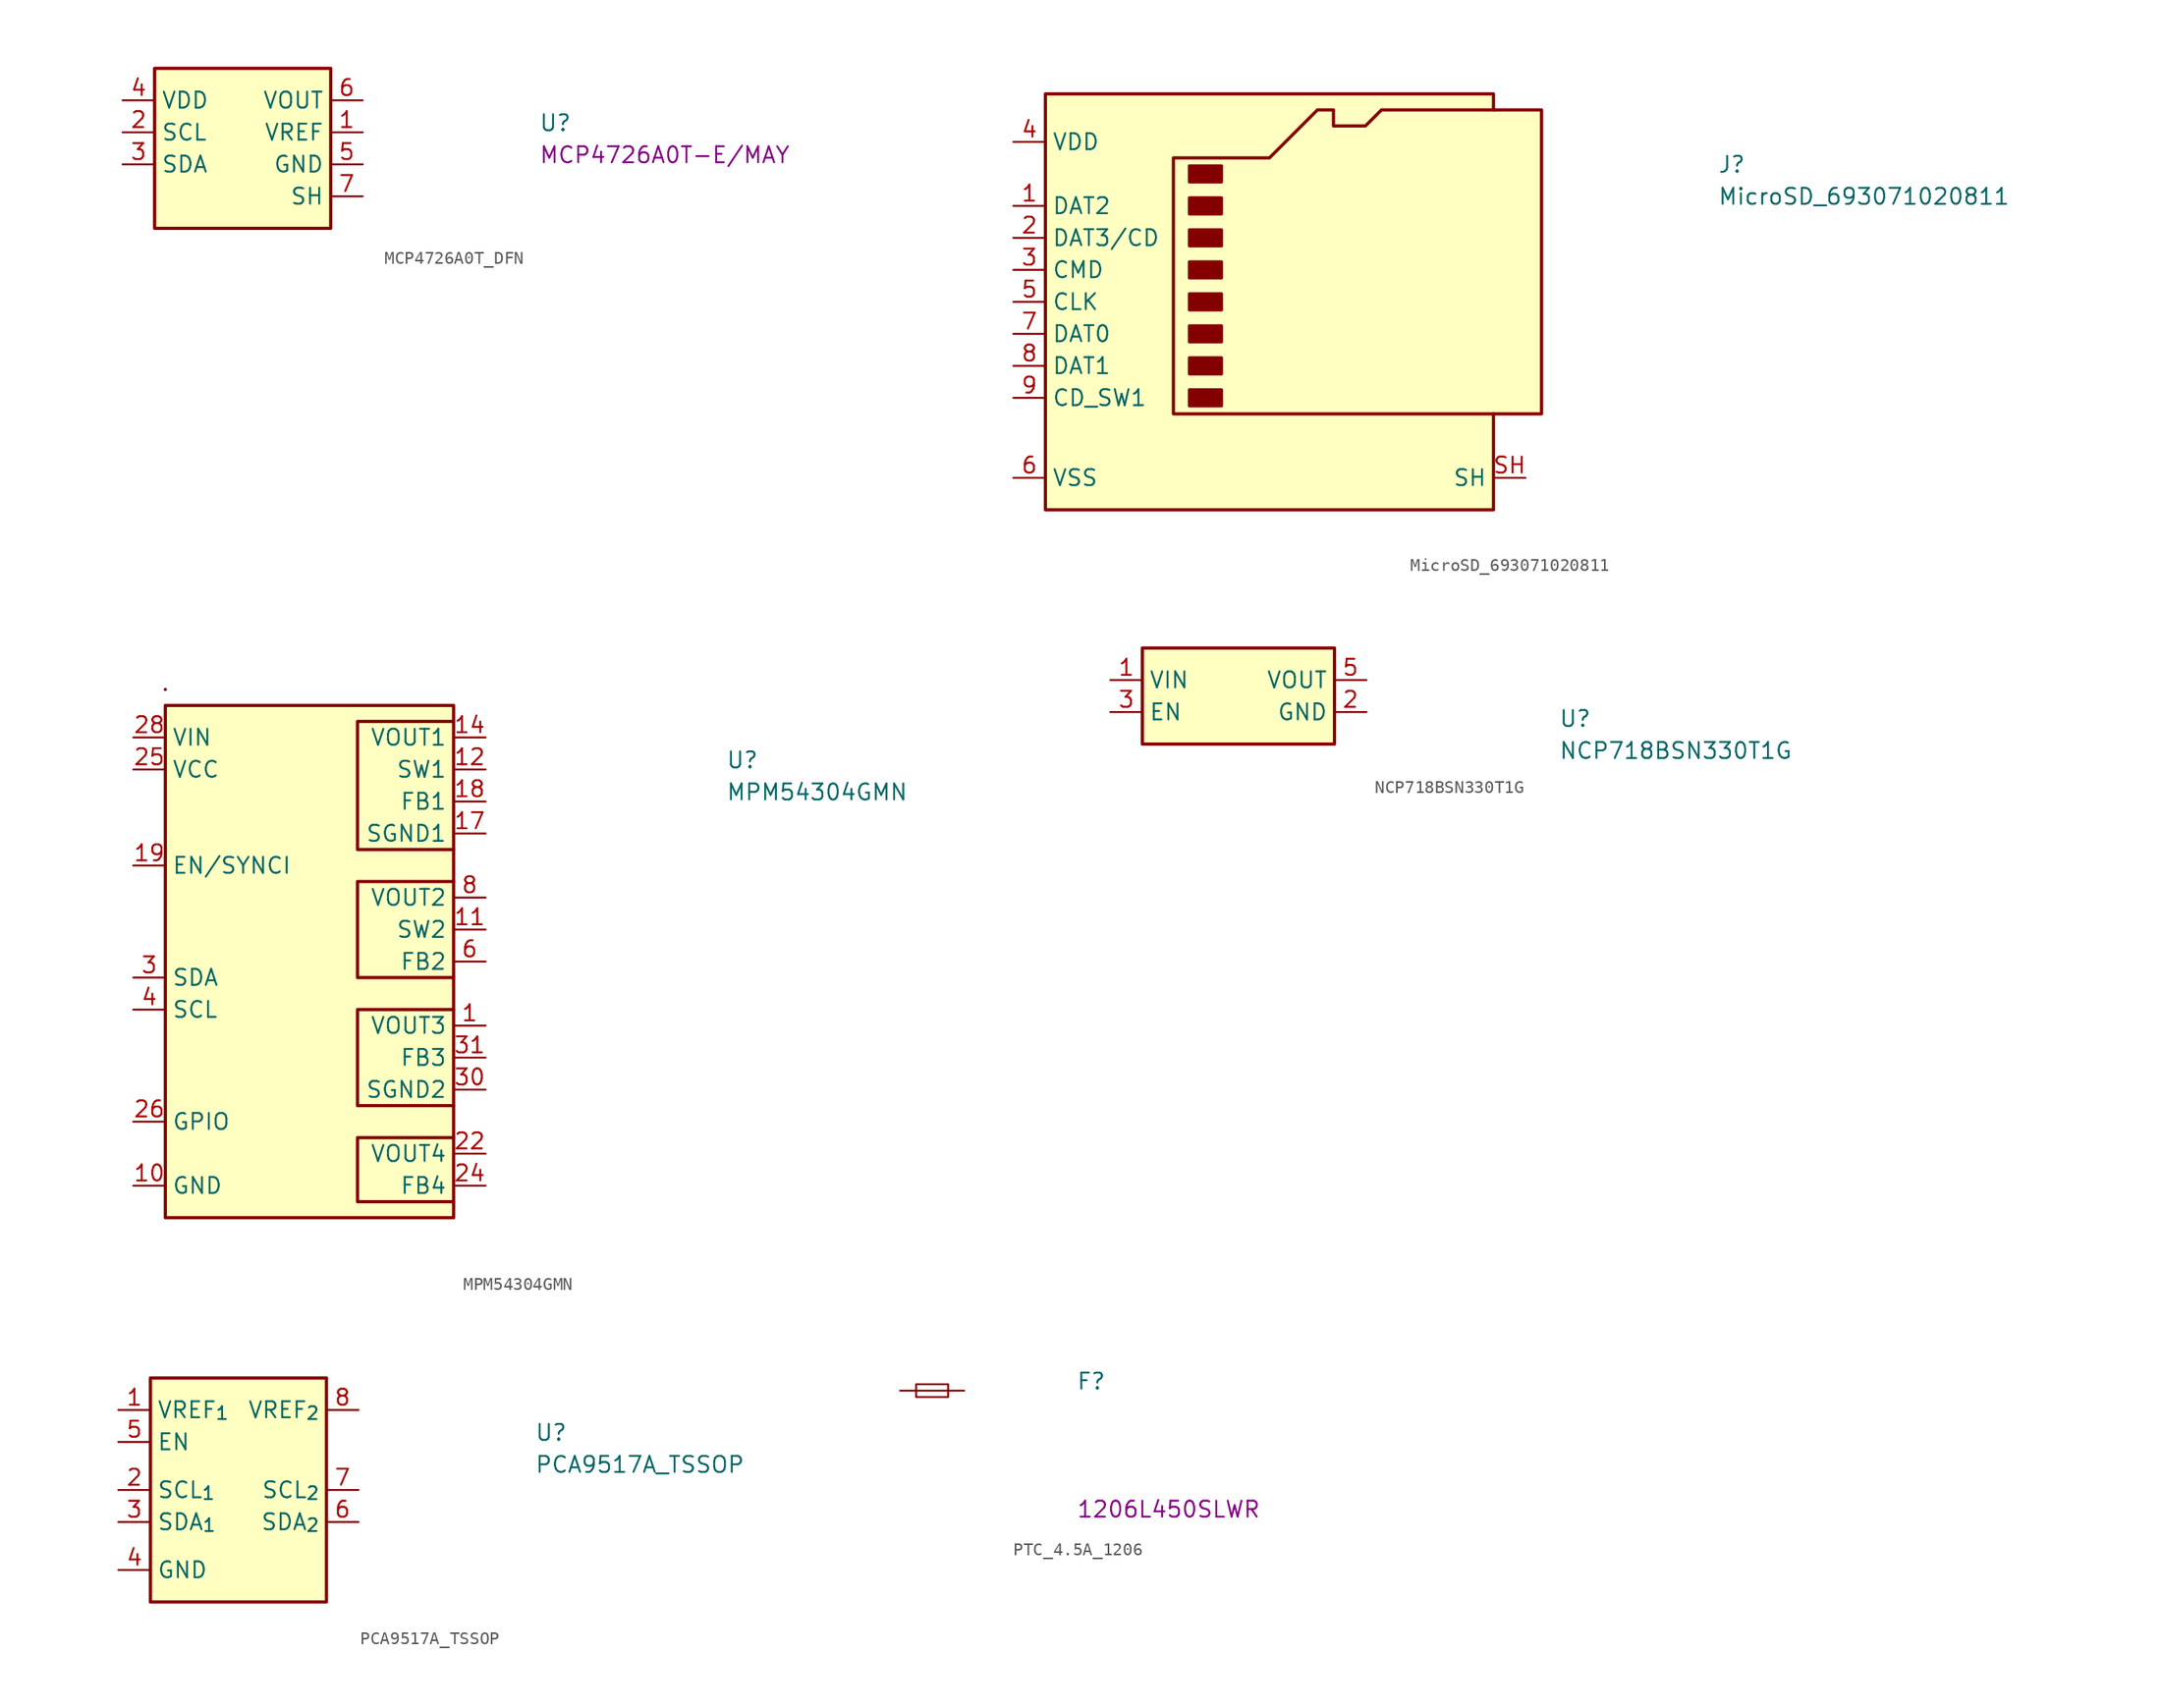
<source format=kicad_sym>
(kicad_symbol_lib
  (version 20211014)
  (generator kicad_symbol_editor)
  (symbol "MCP4726A0T_DFN"
    (property "Reference" "U"
      (at 33.02 -2.54 0)
      (effects (font (size 1.27 1.27) (thickness 0.15)) (justify left bottom)))
    (property "MPN" "MCP4726A0T-E/MAY"
      (at 33.02 -5.08 0)
      (effects (font (size 1.27 1.27) (thickness 0.15)) (justify left bottom)))
    (symbol "MCP4726A0T_DFN_1_1"
      (rectangle (start 2.54 2.54) (end 16.51 -10.16) (stroke (width 0.254) (type default) (color 0 0 0 0)) (fill (type background)))
      (pin power_in line (at 19.05 -2.54 180) (length 2.54) (name "VREF" (effects (font (size 1.27 1.27)))) (number "1" (effects (font (size 1.27 1.27)))))
      (pin input line (at 0 -2.54 0) (length 2.54) (name "SCL" (effects (font (size 1.27 1.27)))) (number "2" (effects (font (size 1.27 1.27)))))
      (pin bidirectional line (at 0 -5.08 0) (length 2.54) (name "SDA" (effects (font (size 1.27 1.27)))) (number "3" (effects (font (size 1.27 1.27)))))
      (pin power_in line (at 0 0 0) (length 2.54) (name "VDD" (effects (font (size 1.27 1.27)))) (number "4" (effects (font (size 1.27 1.27)))))
      (pin power_in line (at 19.05 -5.08 180) (length 2.54) (name "GND" (effects (font (size 1.27 1.27)))) (number "5" (effects (font (size 1.27 1.27)))))
      (pin output line (at 19.05 0 180) (length 2.54) (name "VOUT" (effects (font (size 1.27 1.27)))) (number "6" (effects (font (size 1.27 1.27)))))
      (pin power_in line (at 19.05 -7.62 180) (length 2.54) (name "SH" (effects (font (size 1.27 1.27)))) (number "7" (effects (font (size 1.27 1.27)))))))
  (symbol "MicroSD_693071020811"
    (property "Reference" "J"
      (at 55.88 -2.54 0)
      (effects (font (size 1.27 1.27) (thickness 0.15)) (justify left bottom)))
    (property "Value" "MicroSD_693071020811"
      (at 55.88 -5.08 0)
      (effects (font (size 1.27 1.27) (thickness 0.15)) (justify left bottom)))
    (symbol "MicroSD_693071020811_1_1"
      (polyline (pts (xy 38.1 2.54) (xy 38.1 3.81) (xy 2.54 3.81) (xy 2.54 -29.21) (xy 38.1 -29.21) (xy 38.1 -21.59)) (stroke (width 0.254) (type default) (color 0 0 0 0)) (fill (type background)))
      (polyline (pts (xy 12.7 -21.59) (xy 12.7 -1.27) (xy 20.32 -1.27) (xy 24.13 2.54) (xy 25.4 2.54) (xy 25.4 1.27) (xy 27.94 1.27) (xy 29.21 2.54) (xy 41.91 2.54) (xy 41.91 -21.59) (xy 12.7 -21.59)) (stroke (width 0.254) (type default) (color 0 0 0 0)) (fill (type background)))
      (rectangle (start 13.97 -19.685) (end 16.51 -20.955) (stroke (width 0.254) (type default) (color 0 0 0 0)) (fill (type outline)))
      (rectangle (start 13.97 -17.145) (end 16.51 -18.415) (stroke (width 0.254) (type default) (color 0 0 0 0)) (fill (type outline)))
      (rectangle (start 13.97 -14.605) (end 16.51 -15.875) (stroke (width 0.254) (type default) (color 0 0 0 0)) (fill (type outline)))
      (rectangle (start 13.97 -12.065) (end 16.51 -13.335) (stroke (width 0.254) (type default) (color 0 0 0 0)) (fill (type outline)))
      (rectangle (start 13.97 -9.525) (end 16.51 -10.795) (stroke (width 0.254) (type default) (color 0 0 0 0)) (fill (type outline)))
      (rectangle (start 13.97 -6.985) (end 16.51 -8.255) (stroke (width 0.254) (type default) (color 0 0 0 0)) (fill (type outline)))
      (rectangle (start 13.97 -4.445) (end 16.51 -5.715) (stroke (width 0.254) (type default) (color 0 0 0 0)) (fill (type outline)))
      (rectangle (start 13.97 -1.905) (end 16.51 -3.175) (stroke (width 0.254) (type default) (color 0 0 0 0)) (fill (type outline)))
      (pin bidirectional line (at 0 -5.08 0) (length 2.54) (name "DAT2" (effects (font (size 1.27 1.27)))) (number "1" (effects (font (size 1.27 1.27)))))
      (pin bidirectional line (at 0 -7.62 0) (length 2.54) (name "DAT3/CD" (effects (font (size 1.27 1.27)))) (number "2" (effects (font (size 1.27 1.27)))))
      (pin input line (at 0 -10.16 0) (length 2.54) (name "CMD" (effects (font (size 1.27 1.27)))) (number "3" (effects (font (size 1.27 1.27)))))
      (pin power_in line (at 0 0 0) (length 2.54) (name "VDD" (effects (font (size 1.27 1.27)))) (number "4" (effects (font (size 1.27 1.27)))))
      (pin input line (at 0 -12.7 0) (length 2.54) (name "CLK" (effects (font (size 1.27 1.27)))) (number "5" (effects (font (size 1.27 1.27)))))
      (pin passive line (at 0 -26.67 0) (length 2.54) (name "VSS" (effects (font (size 1.27 1.27)))) (number "6" (effects (font (size 1.27 1.27)))))
      (pin input line (at 0 -15.24 0) (length 2.54) (name "DAT0" (effects (font (size 1.27 1.27)))) (number "7" (effects (font (size 1.27 1.27)))))
      (pin input line (at 0 -17.78 0) (length 2.54) (name "DAT1" (effects (font (size 1.27 1.27)))) (number "8" (effects (font (size 1.27 1.27)))))
      (pin passive line (at 0 -20.32 0) (length 2.54) (name "CD_SW1" (effects (font (size 1.27 1.27)))) (number "9" (effects (font (size 1.27 1.27)))))
      (pin passive line (at 40.64 -26.67 180) (length 2.54) (name "SH" (effects (font (size 1.27 1.27)))) (number "SH" (effects (font (size 1.27 1.27)))))))
  (symbol "MPM54304GMN"
    (property "Reference" "U"
      (at 46.99 -2.54 0)
      (effects (font (size 1.27 1.27) (thickness 0.15)) (justify left bottom)))
    (property "Value" "MPM54304GMN"
      (at 46.99 -5.08 0)
      (effects (font (size 1.27 1.27) (thickness 0.15)) (justify left bottom)))
    (symbol "MPM54304GMN_1_1"
      (polyline (pts (xy 25.4 -31.75) (xy 17.78 -31.75) (xy 17.78 -36.83) (xy 25.4 -36.83)) (stroke (width 0.254) (type default) (color 0 0 0 0)) (fill (type background)))
      (polyline (pts (xy 25.4 -21.59) (xy 17.78 -21.59) (xy 17.78 -29.21) (xy 25.4 -29.21)) (stroke (width 0.254) (type default) (color 0 0 0 0)) (fill (type background)))
      (polyline (pts (xy 25.4 -11.43) (xy 17.78 -11.43) (xy 17.78 -19.05) (xy 25.4 -19.05)) (stroke (width 0.254) (type default) (color 0 0 0 0)) (fill (type background)))
      (polyline (pts (xy 25.4 1.27) (xy 17.78 1.27) (xy 17.78 -8.89) (xy 25.4 -8.89)) (stroke (width 0.254) (type default) (color 0 0 0 0)) (fill (type background)))
      (rectangle (start 2.54 2.54) (end 25.4 -38.1) (stroke (width 0.254) (type default) (color 0 0 0 0)) (fill (type background)))
      (rectangle (start 2.54 3.81) (end 2.54 3.81) (stroke (width 0.254) (type default) (color 0 0 0 0)) (fill (type background)))
      (pin power_out line (at 27.94 -22.86 180) (length 2.54) (name "VOUT3" (effects (font (size 1.27 1.27)))) (number "1" (effects (font (size 1.27 1.27)))))
      (pin passive line (at 0 -35.56 0) (length 2.54) (name "GND" (effects (font (size 1.27 1.27)))) (number "10" (effects (font (size 1.27 1.27)))))
      (pin power_out line (at 27.94 -15.24 180) (length 2.54) (name "SW2" (effects (font (size 1.27 1.27)))) (number "11" (effects (font (size 1.27 1.27)))))
      (pin power_out line (at 27.94 -2.54 180) (length 2.54) (name "SW1" (effects (font (size 1.27 1.27)))) (number "12" (effects (font (size 1.27 1.27)))))
      (pin passive line (at 0 -35.56 0) (length 2.54) hide (name "GND" (effects (font (size 1.27 1.27)))) (number "13" (effects (font (size 1.27 1.27)))))
      (pin power_out line (at 27.94 0 180) (length 2.54) (name "VOUT1" (effects (font (size 1.27 1.27)))) (number "14" (effects (font (size 1.27 1.27)))))
      (pin passive line (at 27.94 0 180) (length 2.54) hide (name "VOUT1" (effects (font (size 1.27 1.27)))) (number "15" (effects (font (size 1.27 1.27)))))
      (pin passive line (at 0 -35.56 0) (length 2.54) hide (name "GND" (effects (font (size 1.27 1.27)))) (number "16" (effects (font (size 1.27 1.27)))))
      (pin power_out line (at 27.94 -7.62 180) (length 2.54) (name "SGND1" (effects (font (size 1.27 1.27)))) (number "17" (effects (font (size 1.27 1.27)))))
      (pin input line (at 27.94 -5.08 180) (length 2.54) (name "FB1" (effects (font (size 1.27 1.27)))) (number "18" (effects (font (size 1.27 1.27)))))
      (pin input line (at 0 -10.16 0) (length 2.54) (name "EN/SYNCI" (effects (font (size 1.27 1.27)))) (number "19" (effects (font (size 1.27 1.27)))))
      (pin passive line (at 0 -35.56 0) (length 2.54) hide (name "GND" (effects (font (size 1.27 1.27)))) (number "2" (effects (font (size 1.27 1.27)))))
      (pin passive line (at 0 -35.56 0) (length 2.54) hide (name "GND" (effects (font (size 1.27 1.27)))) (number "20" (effects (font (size 1.27 1.27)))))
      (pin passive line (at 0 -35.56 0) (length 2.54) hide (name "GND" (effects (font (size 1.27 1.27)))) (number "21" (effects (font (size 1.27 1.27)))))
      (pin power_out line (at 27.94 -33.02 180) (length 2.54) (name "VOUT4" (effects (font (size 1.27 1.27)))) (number "22" (effects (font (size 1.27 1.27)))))
      (pin passive line (at 27.94 -33.02 180) (length 2.54) hide (name "VOUT4" (effects (font (size 1.27 1.27)))) (number "23" (effects (font (size 1.27 1.27)))))
      (pin input line (at 27.94 -35.56 180) (length 2.54) (name "FB4" (effects (font (size 1.27 1.27)))) (number "24" (effects (font (size 1.27 1.27)))))
      (pin input line (at 0 -2.54 0) (length 2.54) (name "VCC" (effects (font (size 1.27 1.27)))) (number "25" (effects (font (size 1.27 1.27)))))
      (pin input line (at 0 -30.48 0) (length 2.54) (name "GPIO" (effects (font (size 1.27 1.27)))) (number "26" (effects (font (size 1.27 1.27)))))
      (pin passive line (at 0 -35.56 0) (length 2.54) hide (name "GND" (effects (font (size 1.27 1.27)))) (number "27" (effects (font (size 1.27 1.27)))))
      (pin input line (at 0 0 0) (length 2.54) (name "VIN" (effects (font (size 1.27 1.27)))) (number "28" (effects (font (size 1.27 1.27)))))
      (pin passive line (at 0 0 0) (length 2.54) hide (name "VIN" (effects (font (size 1.27 1.27)))) (number "29" (effects (font (size 1.27 1.27)))))
      (pin bidirectional line (at 0 -19.05 0) (length 2.54) (name "SDA" (effects (font (size 1.27 1.27)))) (number "3" (effects (font (size 1.27 1.27)))))
      (pin power_out line (at 27.94 -27.94 180) (length 2.54) (name "SGND2" (effects (font (size 1.27 1.27)))) (number "30" (effects (font (size 1.27 1.27)))))
      (pin input line (at 27.94 -25.4 180) (length 2.54) (name "FB3" (effects (font (size 1.27 1.27)))) (number "31" (effects (font (size 1.27 1.27)))))
      (pin passive line (at 27.94 -22.86 180) (length 2.54) hide (name "VOUT3" (effects (font (size 1.27 1.27)))) (number "32" (effects (font (size 1.27 1.27)))))
      (pin passive line (at 0 -35.56 0) (length 2.54) hide (name "GND" (effects (font (size 1.27 1.27)))) (number "33" (effects (font (size 1.27 1.27)))))
      (pin input line (at 0 -21.59 0) (length 2.54) (name "SCL" (effects (font (size 1.27 1.27)))) (number "4" (effects (font (size 1.27 1.27)))))
      (pin passive line (at 0 -35.56 0) (length 2.54) hide (name "GND" (effects (font (size 1.27 1.27)))) (number "5" (effects (font (size 1.27 1.27)))))
      (pin input line (at 27.94 -17.78 180) (length 2.54) (name "FB2" (effects (font (size 1.27 1.27)))) (number "6" (effects (font (size 1.27 1.27)))))
      (pin passive line (at 0 -35.56 0) (length 2.54) hide (name "GND" (effects (font (size 1.27 1.27)))) (number "7" (effects (font (size 1.27 1.27)))))
      (pin power_out line (at 27.94 -12.7 180) (length 2.54) (name "VOUT2" (effects (font (size 1.27 1.27)))) (number "8" (effects (font (size 1.27 1.27)))))
      (pin passive line (at 27.94 -12.7 180) (length 2.54) hide (name "VOUT2" (effects (font (size 1.27 1.27)))) (number "9" (effects (font (size 1.27 1.27)))))))
  (symbol "NCP718BSN330T1G"
    (property "Reference" "U"
      (at 35.56 -3.81 0)
      (effects (font (size 1.27 1.27) (thickness 0.15)) (justify left bottom)))
    (property "Value" "NCP718BSN330T1G"
      (at 35.56 -6.35 0)
      (effects (font (size 1.27 1.27) (thickness 0.15)) (justify left bottom)))
    (symbol "NCP718BSN330T1G_1_1"
      (rectangle (start 2.54 2.54) (end 17.78 -5.08) (stroke (width 0.254) (type default) (color 0 0 0 0)) (fill (type background)))
      (pin passive line (at 0 0 0) (length 2.54) (name "VIN" (effects (font (size 1.27 1.27)))) (number "1" (effects (font (size 1.27 1.27)))))
      (pin passive line (at 20.32 -2.54 180) (length 2.54) (name "GND" (effects (font (size 1.27 1.27)))) (number "2" (effects (font (size 1.27 1.27)))))
      (pin passive line (at 0 -2.54 0) (length 2.54) (name "EN" (effects (font (size 1.27 1.27)))) (number "3" (effects (font (size 1.27 1.27)))))
      (pin no_connect line (at 10.16 -5.08 90) (length 2.54) hide (name "NC" (effects (font (size 1.27 1.27)))) (number "4" (effects (font (size 1.27 1.27)))))
      (pin passive line (at 20.32 0 180) (length 2.54) (name "VOUT" (effects (font (size 1.27 1.27)))) (number "5" (effects (font (size 1.27 1.27)))))))
  (symbol "PCA9517A_TSSOP"
    (property "Reference" "U"
      (at 33.02 -2.54 0)
      (effects (font (size 1.27 1.27) (thickness 0.15)) (justify left bottom)))
    (property "Value" "PCA9517A_TSSOP"
      (at 33.02 -5.08 0)
      (effects (font (size 1.27 1.27) (thickness 0.15)) (justify left bottom)))
    (symbol "PCA9517A_TSSOP_1_1"
      (rectangle (start 2.54 2.54) (end 16.51 -15.24) (stroke (width 0.254) (type default) (color 0 0 0 0)) (fill (type background)))
      (pin power_in line (at 0 0 0) (length 2.54) (name "VREF_{1}" (effects (font (size 1.27 1.27)))) (number "1" (effects (font (size 1.27 1.27)))))
      (pin bidirectional line (at 0 -6.35 0) (length 2.54) (name "SCL_{1}" (effects (font (size 1.27 1.27)))) (number "2" (effects (font (size 1.27 1.27)))))
      (pin bidirectional line (at 0 -8.89 0) (length 2.54) (name "SDA_{1}" (effects (font (size 1.27 1.27)))) (number "3" (effects (font (size 1.27 1.27)))))
      (pin power_in line (at 0 -12.7 0) (length 2.54) (name "GND" (effects (font (size 1.27 1.27)))) (number "4" (effects (font (size 1.27 1.27)))))
      (pin input line (at 0 -2.54 0) (length 2.54) (name "EN" (effects (font (size 1.27 1.27)))) (number "5" (effects (font (size 1.27 1.27)))))
      (pin bidirectional line (at 19.05 -8.89 180) (length 2.54) (name "SDA_{2}" (effects (font (size 1.27 1.27)))) (number "6" (effects (font (size 1.27 1.27)))))
      (pin bidirectional line (at 19.05 -6.35 180) (length 2.54) (name "SCL_{2}" (effects (font (size 1.27 1.27)))) (number "7" (effects (font (size 1.27 1.27)))))
      (pin power_in line (at 19.05 0 180) (length 2.54) (name "VREF_{2}" (effects (font (size 1.27 1.27)))) (number "8" (effects (font (size 1.27 1.27)))))))
  (symbol "PTC_4.5A_1206"
    (pin_numbers hide)
    (pin_names hide)
    (property "Reference" "F"
      (at 13.97 0 0)
      (effects (font (size 1.27 1.27) (thickness 0.15)) (justify left bottom)))
    (property "MPN" "1206L450SLWR"
      (at 13.97 -10.16 0)
      (effects (font (size 1.27 1.27) (thickness 0.15)) (justify left bottom)))
    (symbol "PTC_4.5A_1206_0_1"
      (polyline (pts (xy 1.27 0) (xy 3.81 0)) (stroke (width 0) (type default) (color 0 0 0 0)) (fill (type none)))
      (rectangle (start 1.27 0.508) (end 3.81 -0.508) (stroke (width 0) (type default) (color 0 0 0 0)) (fill (type none))))
    (symbol "PTC_4.5A_1206_1_1"
      (pin passive line (at 0 0 0) (length 1.27) (name "~" (effects (font (size 1.27 1.27)))) (number "1" (effects (font (size 1.27 1.27)))))
      (pin passive line (at 5.08 0 180) (length 1.27) (name "~" (effects (font (size 1.27 1.27)))) (number "2" (effects (font (size 1.27 1.27))))))))
</source>
